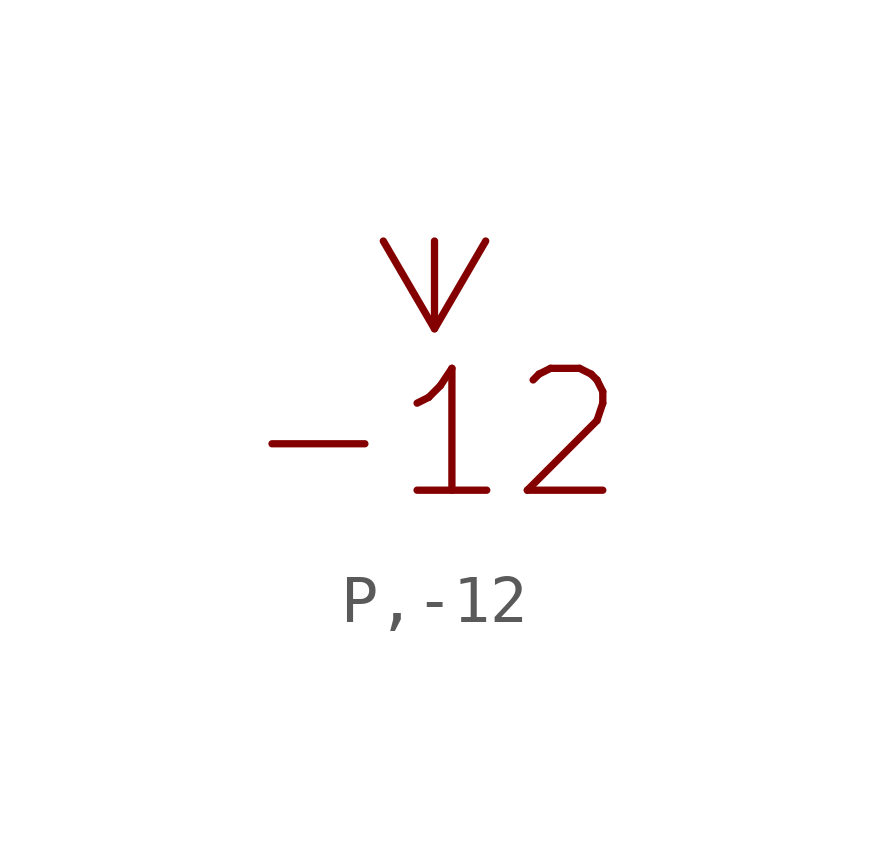
<source format=kicad_sym>
(kicad_symbol_lib
  (version 20211014)
  (generator kicad_symbol_editor)
  (symbol "P,-12"
    (power)
    (pin_numbers hide)
    (pin_names
      (offset 1.27) hide)
    (property "Reference" "#PWR"
      (at 2.54 0 0)
      (effects (font (size 2.54 2.54)) (justify left) hide))
    (symbol "P,-12_1_1"
      (polyline (pts (xy 0 0) (xy 0 -1.829)) (stroke (width 0) (type default) (color 0 0 0 0)) (fill (type none)))
      (polyline (pts (xy -1.067 0) (xy 0 -1.829) (xy 1.067 0)) (stroke (width 0) (type default) (color 0 0 0 0)) (fill (type none)))
      (text "-12" (at 0 -2.54 0) (effects (font (size 2.54 2.54)) (justify top)))
      (pin power_in line (at 0 0 0) (length 0) hide (name "-12" (effects (font (size 2.54 2.54)))) (number "0" (effects (font (size 0 0))))))))
</source>
